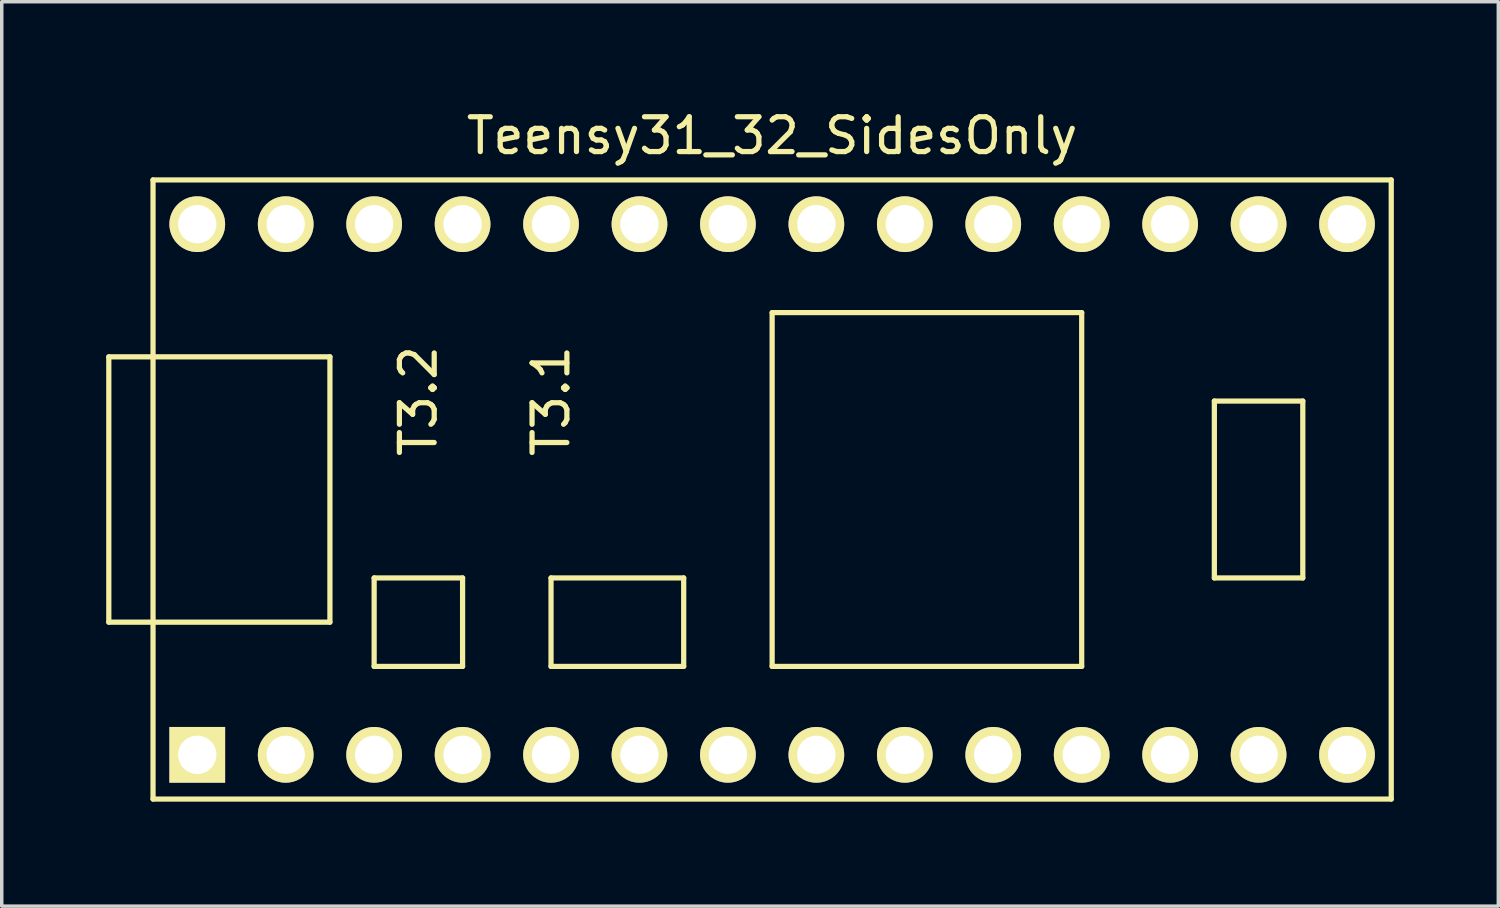
<source format=kicad_pcb>
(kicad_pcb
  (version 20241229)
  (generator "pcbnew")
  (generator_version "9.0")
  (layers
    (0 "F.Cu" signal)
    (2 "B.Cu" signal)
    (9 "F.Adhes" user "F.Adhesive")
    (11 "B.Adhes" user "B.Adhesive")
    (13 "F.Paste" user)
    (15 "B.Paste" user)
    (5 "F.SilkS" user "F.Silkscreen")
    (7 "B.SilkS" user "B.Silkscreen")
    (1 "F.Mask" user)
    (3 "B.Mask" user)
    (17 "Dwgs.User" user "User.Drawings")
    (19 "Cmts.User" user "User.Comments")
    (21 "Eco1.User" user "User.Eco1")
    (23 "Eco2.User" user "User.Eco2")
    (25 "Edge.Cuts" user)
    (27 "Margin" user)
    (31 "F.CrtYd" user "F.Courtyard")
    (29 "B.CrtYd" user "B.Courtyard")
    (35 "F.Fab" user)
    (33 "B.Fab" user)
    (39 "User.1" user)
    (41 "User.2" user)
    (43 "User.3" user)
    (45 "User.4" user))
  (footprint "Teensy31_32_SidesOnly"
    (layer "F.Cu")
    (at 19.125 11.008)
    (property "Reference" "Teensy31_32_SidesOnly" (at 0 -10.16 0) (layer "F.SilkS") (effects (font (size 1 1) (thickness 0.15))))
    (attr through_hole)
    (fp_line (start -19.05 -3.81) (end -17.78 -3.81) (stroke (width 0.15) (type solid)) (layer "F.SilkS"))
    (fp_line (start -19.05 3.81) (end -19.05 -3.81) (stroke (width 0.15) (type solid)) (layer "F.SilkS"))
    (fp_line (start -17.78 -8.89) (end 17.78 -8.89) (stroke (width 0.15) (type solid)) (layer "F.SilkS"))
    (fp_line (start -17.78 3.81) (end -19.05 3.81) (stroke (width 0.15) (type solid)) (layer "F.SilkS"))
    (fp_line (start -17.78 8.89) (end -17.78 -8.89) (stroke (width 0.15) (type solid)) (layer "F.SilkS"))
    (fp_line (start -12.7 -3.81) (end -17.78 -3.81) (stroke (width 0.15) (type solid)) (layer "F.SilkS"))
    (fp_line (start -12.7 3.81) (end -17.78 3.81) (stroke (width 0.15) (type solid)) (layer "F.SilkS"))
    (fp_line (start -12.7 3.81) (end -12.7 -3.81) (stroke (width 0.15) (type solid)) (layer "F.SilkS"))
    (fp_line (start -11.43 2.54) (end -11.43 5.08) (stroke (width 0.15) (type solid)) (layer "F.SilkS"))
    (fp_line (start -11.43 5.08) (end -8.89 5.08) (stroke (width 0.15) (type solid)) (layer "F.SilkS"))
    (fp_line (start -8.89 2.54) (end -11.43 2.54) (stroke (width 0.15) (type solid)) (layer "F.SilkS"))
    (fp_line (start -8.89 5.08) (end -8.89 2.54) (stroke (width 0.15) (type solid)) (layer "F.SilkS"))
    (fp_line (start -6.35 2.54) (end -6.35 5.08) (stroke (width 0.15) (type solid)) (layer "F.SilkS"))
    (fp_line (start -6.35 5.08) (end -2.54 5.08) (stroke (width 0.15) (type solid)) (layer "F.SilkS"))
    (fp_line (start -2.54 2.54) (end -6.35 2.54) (stroke (width 0.15) (type solid)) (layer "F.SilkS"))
    (fp_line (start -2.54 5.08) (end -2.54 2.54) (stroke (width 0.15) (type solid)) (layer "F.SilkS"))
    (fp_line (start 0 -5.08) (end 0 5.08) (stroke (width 0.15) (type solid)) (layer "F.SilkS"))
    (fp_line (start 8.89 -5.08) (end 0 -5.08) (stroke (width 0.15) (type solid)) (layer "F.SilkS"))
    (fp_line (start 8.89 5.08) (end 0 5.08) (stroke (width 0.15) (type solid)) (layer "F.SilkS"))
    (fp_line (start 8.89 5.08) (end 8.89 -5.08) (stroke (width 0.15) (type solid)) (layer "F.SilkS"))
    (fp_line (start 12.7 -2.54) (end 15.24 -2.54) (stroke (width 0.15) (type solid)) (layer "F.SilkS"))
    (fp_line (start 12.7 2.54) (end 12.7 -2.54) (stroke (width 0.15) (type solid)) (layer "F.SilkS"))
    (fp_line (start 15.24 -2.54) (end 15.24 2.54) (stroke (width 0.15) (type solid)) (layer "F.SilkS"))
    (fp_line (start 15.24 2.54) (end 12.7 2.54) (stroke (width 0.15) (type solid)) (layer "F.SilkS"))
    (fp_line (start 17.78 -8.89) (end 17.78 8.89) (stroke (width 0.15) (type solid)) (layer "F.SilkS"))
    (fp_line (start 17.78 8.89) (end -17.78 8.89) (stroke (width 0.15) (type solid)) (layer "F.SilkS"))
    (fp_text user "T3.2" (at -10.16 -2.54 90) (layer "F.SilkS") (effects (font (size 1 1) (thickness 0.15))))
    (fp_text user "T3.1" (at -6.35 -2.54 90) (layer "F.SilkS") (effects (font (size 1 1) (thickness 0.15))))
    (pad "1" thru_hole rect (at -16.51 7.62) (size 1.6 1.6) (drill 1.1) (layers "*.Cu" "*.Mask" "F.SilkS"))
    (pad "2" thru_hole circle (at -13.97 7.62) (size 1.6 1.6) (drill 1.1) (layers "*.Cu" "*.Mask" "F.SilkS"))
    (pad "3" thru_hole circle (at -11.43 7.62) (size 1.6 1.6) (drill 1.1) (layers "*.Cu" "*.Mask" "F.SilkS"))
    (pad "4" thru_hole circle (at -8.89 7.62) (size 1.6 1.6) (drill 1.1) (layers "*.Cu" "*.Mask" "F.SilkS"))
    (pad "5" thru_hole circle (at -6.35 7.62) (size 1.6 1.6) (drill 1.1) (layers "*.Cu" "*.Mask" "F.SilkS"))
    (pad "6" thru_hole circle (at -3.81 7.62) (size 1.6 1.6) (drill 1.1) (layers "*.Cu" "*.Mask" "F.SilkS"))
    (pad "7" thru_hole circle (at -1.27 7.62) (size 1.6 1.6) (drill 1.1) (layers "*.Cu" "*.Mask" "F.SilkS"))
    (pad "8" thru_hole circle (at 1.27 7.62) (size 1.6 1.6) (drill 1.1) (layers "*.Cu" "*.Mask" "F.SilkS"))
    (pad "9" thru_hole circle (at 3.81 7.62) (size 1.6 1.6) (drill 1.1) (layers "*.Cu" "*.Mask" "F.SilkS"))
    (pad "10" thru_hole circle (at 6.35 7.62) (size 1.6 1.6) (drill 1.1) (layers "*.Cu" "*.Mask" "F.SilkS"))
    (pad "11" thru_hole circle (at 8.89 7.62) (size 1.6 1.6) (drill 1.1) (layers "*.Cu" "*.Mask" "F.SilkS"))
    (pad "12" thru_hole circle (at 11.43 7.62) (size 1.6 1.6) (drill 1.1) (layers "*.Cu" "*.Mask" "F.SilkS"))
    (pad "13" thru_hole circle (at 13.97 7.62) (size 1.6 1.6) (drill 1.1) (layers "*.Cu" "*.Mask" "F.SilkS"))
    (pad "14" thru_hole circle (at 16.51 7.62) (size 1.6 1.6) (drill 1.1) (layers "*.Cu" "*.Mask" "F.SilkS"))
    (pad "20" thru_hole circle (at 16.51 -7.62) (size 1.6 1.6) (drill 1.1) (layers "*.Cu" "*.Mask" "F.SilkS"))
    (pad "21" thru_hole circle (at 13.97 -7.62) (size 1.6 1.6) (drill 1.1) (layers "*.Cu" "*.Mask" "F.SilkS"))
    (pad "22" thru_hole circle (at 11.43 -7.62) (size 1.6 1.6) (drill 1.1) (layers "*.Cu" "*.Mask" "F.SilkS"))
    (pad "23" thru_hole circle (at 8.89 -7.62) (size 1.6 1.6) (drill 1.1) (layers "*.Cu" "*.Mask" "F.SilkS"))
    (pad "24" thru_hole circle (at 6.35 -7.62) (size 1.6 1.6) (drill 1.1) (layers "*.Cu" "*.Mask" "F.SilkS"))
    (pad "25" thru_hole circle (at 3.81 -7.62) (size 1.6 1.6) (drill 1.1) (layers "*.Cu" "*.Mask" "F.SilkS"))
    (pad "26" thru_hole circle (at 1.27 -7.62) (size 1.6 1.6) (drill 1.1) (layers "*.Cu" "*.Mask" "F.SilkS"))
    (pad "27" thru_hole circle (at -1.27 -7.62) (size 1.6 1.6) (drill 1.1) (layers "*.Cu" "*.Mask" "F.SilkS"))
    (pad "28" thru_hole circle (at -3.81 -7.62) (size 1.6 1.6) (drill 1.1) (layers "*.Cu" "*.Mask" "F.SilkS"))
    (pad "29" thru_hole circle (at -6.35 -7.62) (size 1.6 1.6) (drill 1.1) (layers "*.Cu" "*.Mask" "F.SilkS"))
    (pad "30" thru_hole circle (at -8.89 -7.62) (size 1.6 1.6) (drill 1.1) (layers "*.Cu" "*.Mask" "F.SilkS"))
    (pad "31" thru_hole circle (at -11.43 -7.62) (size 1.6 1.6) (drill 1.1) (layers "*.Cu" "*.Mask" "F.SilkS"))
    (pad "32" thru_hole circle (at -13.97 -7.62) (size 1.6 1.6) (drill 1.1) (layers "*.Cu" "*.Mask" "F.SilkS"))
    (pad "33" thru_hole circle (at -16.51 -7.62) (size 1.6 1.6) (drill 1.1) (layers "*.Cu" "*.Mask" "F.SilkS")))
  (gr_rect
    (start -3 -3)
    (end 39.98 22.973)
    (stroke (width 0.1) (type default))
    (fill no)
    (layer "Edge.Cuts")))
</source>
